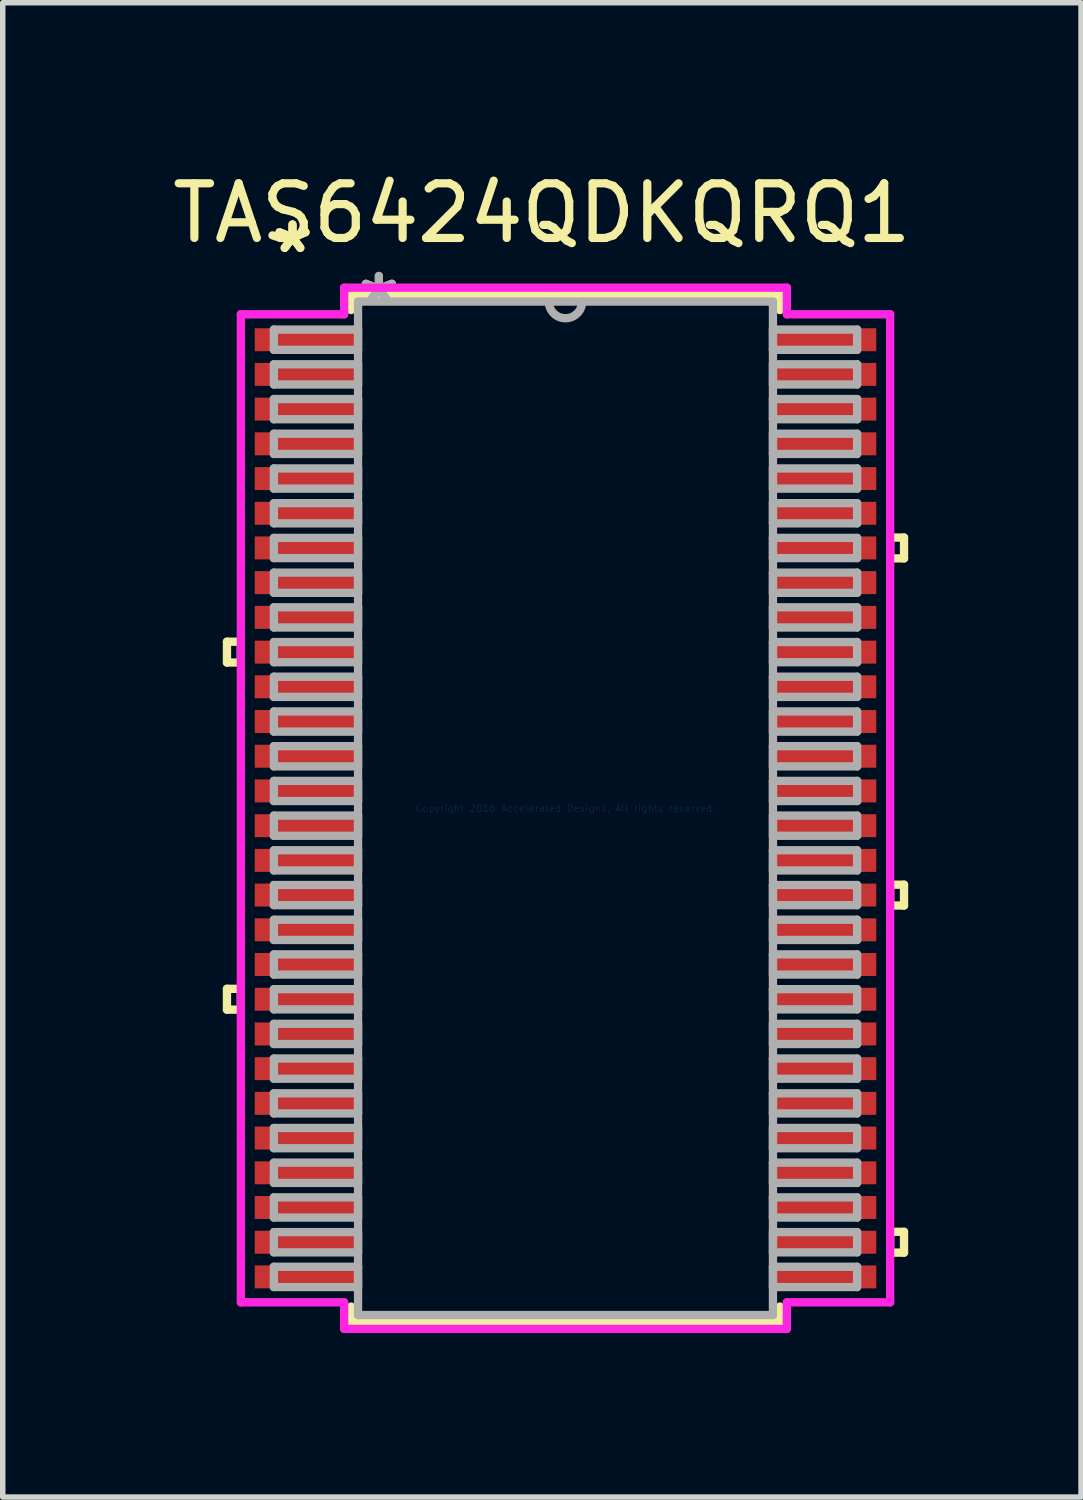
<source format=kicad_pcb>
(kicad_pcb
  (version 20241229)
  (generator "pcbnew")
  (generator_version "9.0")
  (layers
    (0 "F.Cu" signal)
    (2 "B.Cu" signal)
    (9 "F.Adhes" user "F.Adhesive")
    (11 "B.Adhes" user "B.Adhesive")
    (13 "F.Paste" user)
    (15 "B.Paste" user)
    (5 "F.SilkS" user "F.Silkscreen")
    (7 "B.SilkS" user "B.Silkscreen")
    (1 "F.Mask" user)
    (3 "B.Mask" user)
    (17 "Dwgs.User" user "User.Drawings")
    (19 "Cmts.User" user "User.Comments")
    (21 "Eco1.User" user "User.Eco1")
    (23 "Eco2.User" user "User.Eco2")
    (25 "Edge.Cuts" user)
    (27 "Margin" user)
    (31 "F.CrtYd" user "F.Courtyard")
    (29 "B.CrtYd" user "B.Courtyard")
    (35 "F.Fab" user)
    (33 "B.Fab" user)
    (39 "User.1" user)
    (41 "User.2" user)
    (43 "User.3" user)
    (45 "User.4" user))
  (footprint "TAS6424QDKQRQ1"
    (layer "F.Cu")
    (at 7.295 11.737)
    (property "Reference" "TAS6424QDKQRQ1" (at -0.432 -10.889 0) (layer "F.SilkS") (effects (font (size 1 1) (thickness 0.15))))
    (attr through_hole)
    (fp_line (start -6.193 -3.048) (end -6.193 -2.667) (stroke (width 0.152) (type solid)) (layer "F.SilkS"))
    (fp_line (start -6.193 -2.667) (end -5.939 -2.667) (stroke (width 0.152) (type solid)) (layer "F.SilkS"))
    (fp_line (start -6.193 3.302) (end -6.193 3.683) (stroke (width 0.152) (type solid)) (layer "F.SilkS"))
    (fp_line (start -6.193 3.683) (end -5.939 3.683) (stroke (width 0.152) (type solid)) (layer "F.SilkS"))
    (fp_line (start -5.939 -3.048) (end -6.193 -3.048) (stroke (width 0.152) (type solid)) (layer "F.SilkS"))
    (fp_line (start -5.939 -2.667) (end -5.939 -3.048) (stroke (width 0.152) (type solid)) (layer "F.SilkS"))
    (fp_line (start -5.939 3.302) (end -6.193 3.302) (stroke (width 0.152) (type solid)) (layer "F.SilkS"))
    (fp_line (start -5.939 3.683) (end -5.939 3.302) (stroke (width 0.152) (type solid)) (layer "F.SilkS"))
    (fp_line (start -3.922 -9.397) (end -3.922 -9.115) (stroke (width 0.152) (type solid)) (layer "F.SilkS"))
    (fp_line (start -3.922 9.115) (end -3.922 9.397) (stroke (width 0.152) (type solid)) (layer "F.SilkS"))
    (fp_line (start -3.922 9.397) (end 3.922 9.397) (stroke (width 0.152) (type solid)) (layer "F.SilkS"))
    (fp_line (start 3.922 -9.397) (end -3.922 -9.397) (stroke (width 0.152) (type solid)) (layer "F.SilkS"))
    (fp_line (start 3.922 -9.115) (end 3.922 -9.397) (stroke (width 0.152) (type solid)) (layer "F.SilkS"))
    (fp_line (start 3.922 9.397) (end 3.922 9.115) (stroke (width 0.152) (type solid)) (layer "F.SilkS"))
    (fp_line (start 5.939 -4.953) (end 6.193 -4.953) (stroke (width 0.152) (type solid)) (layer "F.SilkS"))
    (fp_line (start 5.939 -4.572) (end 5.939 -4.953) (stroke (width 0.152) (type solid)) (layer "F.SilkS"))
    (fp_line (start 5.939 1.397) (end 6.193 1.397) (stroke (width 0.152) (type solid)) (layer "F.SilkS"))
    (fp_line (start 5.939 1.778) (end 5.939 1.397) (stroke (width 0.152) (type solid)) (layer "F.SilkS"))
    (fp_line (start 5.939 7.747) (end 6.193 7.747) (stroke (width 0.152) (type solid)) (layer "F.SilkS"))
    (fp_line (start 5.939 8.128) (end 5.939 7.747) (stroke (width 0.152) (type solid)) (layer "F.SilkS"))
    (fp_line (start 6.193 -4.953) (end 6.193 -4.572) (stroke (width 0.152) (type solid)) (layer "F.SilkS"))
    (fp_line (start 6.193 -4.572) (end 5.939 -4.572) (stroke (width 0.152) (type solid)) (layer "F.SilkS"))
    (fp_line (start 6.193 1.397) (end 6.193 1.778) (stroke (width 0.152) (type solid)) (layer "F.SilkS"))
    (fp_line (start 6.193 1.778) (end 5.939 1.778) (stroke (width 0.152) (type solid)) (layer "F.SilkS"))
    (fp_line (start 6.193 7.747) (end 6.193 8.128) (stroke (width 0.152) (type solid)) (layer "F.SilkS"))
    (fp_line (start 6.193 8.128) (end 5.939 8.128) (stroke (width 0.152) (type solid)) (layer "F.SilkS"))
    (fp_line (start -5.939 -9.037) (end -4.049 -9.037) (stroke (width 0.152) (type solid)) (layer "F.CrtYd"))
    (fp_line (start -5.939 9.037) (end -5.939 -9.037) (stroke (width 0.152) (type solid)) (layer "F.CrtYd"))
    (fp_line (start -4.049 -9.524) (end 4.049 -9.524) (stroke (width 0.152) (type solid)) (layer "F.CrtYd"))
    (fp_line (start -4.049 -9.037) (end -4.049 -9.524) (stroke (width 0.152) (type solid)) (layer "F.CrtYd"))
    (fp_line (start -4.049 9.037) (end -5.939 9.037) (stroke (width 0.152) (type solid)) (layer "F.CrtYd"))
    (fp_line (start -4.049 9.524) (end -4.049 9.037) (stroke (width 0.152) (type solid)) (layer "F.CrtYd"))
    (fp_line (start 4.049 -9.524) (end 4.049 -9.037) (stroke (width 0.152) (type solid)) (layer "F.CrtYd"))
    (fp_line (start 4.049 -9.037) (end 5.939 -9.037) (stroke (width 0.152) (type solid)) (layer "F.CrtYd"))
    (fp_line (start 4.049 9.037) (end 4.049 9.524) (stroke (width 0.152) (type solid)) (layer "F.CrtYd"))
    (fp_line (start 4.049 9.524) (end -4.049 9.524) (stroke (width 0.152) (type solid)) (layer "F.CrtYd"))
    (fp_line (start 5.939 -9.037) (end 5.939 9.037) (stroke (width 0.152) (type solid)) (layer "F.CrtYd"))
    (fp_line (start 5.939 9.037) (end 4.049 9.037) (stroke (width 0.152) (type solid)) (layer "F.CrtYd"))
    (fp_line (start -5.335 -8.758) (end -5.335 -8.387) (stroke (width 0.152) (type solid)) (layer "F.Fab"))
    (fp_line (start -5.335 -8.387) (end -3.795 -8.387) (stroke (width 0.152) (type solid)) (layer "F.Fab"))
    (fp_line (start -5.335 -8.123) (end -5.335 -7.753) (stroke (width 0.152) (type solid)) (layer "F.Fab"))
    (fp_line (start -5.335 -7.753) (end -3.795 -7.753) (stroke (width 0.152) (type solid)) (layer "F.Fab"))
    (fp_line (start -5.335 -7.487) (end -5.335 -7.117) (stroke (width 0.152) (type solid)) (layer "F.Fab"))
    (fp_line (start -5.335 -7.117) (end -3.795 -7.117) (stroke (width 0.152) (type solid)) (layer "F.Fab"))
    (fp_line (start -5.335 -6.853) (end -5.335 -6.482) (stroke (width 0.152) (type solid)) (layer "F.Fab"))
    (fp_line (start -5.335 -6.482) (end -3.795 -6.482) (stroke (width 0.152) (type solid)) (layer "F.Fab"))
    (fp_line (start -5.335 -6.218) (end -5.335 -5.848) (stroke (width 0.152) (type solid)) (layer "F.Fab"))
    (fp_line (start -5.335 -5.848) (end -3.795 -5.848) (stroke (width 0.152) (type solid)) (layer "F.Fab"))
    (fp_line (start -5.335 -5.582) (end -5.335 -5.213) (stroke (width 0.152) (type solid)) (layer "F.Fab"))
    (fp_line (start -5.335 -5.213) (end -3.795 -5.213) (stroke (width 0.152) (type solid)) (layer "F.Fab"))
    (fp_line (start -5.335 -4.947) (end -5.335 -4.577) (stroke (width 0.152) (type solid)) (layer "F.Fab"))
    (fp_line (start -5.335 -4.577) (end -3.795 -4.577) (stroke (width 0.152) (type solid)) (layer "F.Fab"))
    (fp_line (start -5.335 -4.312) (end -5.335 -3.942) (stroke (width 0.152) (type solid)) (layer "F.Fab"))
    (fp_line (start -5.335 -3.942) (end -3.795 -3.942) (stroke (width 0.152) (type solid)) (layer "F.Fab"))
    (fp_line (start -5.335 -3.678) (end -5.335 -3.308) (stroke (width 0.152) (type solid)) (layer "F.Fab"))
    (fp_line (start -5.335 -3.308) (end -3.795 -3.308) (stroke (width 0.152) (type solid)) (layer "F.Fab"))
    (fp_line (start -5.335 -3.042) (end -5.335 -2.672) (stroke (width 0.152) (type solid)) (layer "F.Fab"))
    (fp_line (start -5.335 -2.672) (end -3.795 -2.672) (stroke (width 0.152) (type solid)) (layer "F.Fab"))
    (fp_line (start -5.335 -2.408) (end -5.335 -2.038) (stroke (width 0.152) (type solid)) (layer "F.Fab"))
    (fp_line (start -5.335 -2.038) (end -3.795 -2.038) (stroke (width 0.152) (type solid)) (layer "F.Fab"))
    (fp_line (start -5.335 -1.772) (end -5.335 -1.403) (stroke (width 0.152) (type solid)) (layer "F.Fab"))
    (fp_line (start -5.335 -1.403) (end -3.795 -1.403) (stroke (width 0.152) (type solid)) (layer "F.Fab"))
    (fp_line (start -5.335 -1.137) (end -5.335 -0.767) (stroke (width 0.152) (type solid)) (layer "F.Fab"))
    (fp_line (start -5.335 -0.767) (end -3.795 -0.767) (stroke (width 0.152) (type solid)) (layer "F.Fab"))
    (fp_line (start -5.335 -0.502) (end -5.335 -0.133) (stroke (width 0.152) (type solid)) (layer "F.Fab"))
    (fp_line (start -5.335 -0.133) (end -3.795 -0.133) (stroke (width 0.152) (type solid)) (layer "F.Fab"))
    (fp_line (start -5.335 0.133) (end -5.335 0.502) (stroke (width 0.152) (type solid)) (layer "F.Fab"))
    (fp_line (start -5.335 0.502) (end -3.795 0.502) (stroke (width 0.152) (type solid)) (layer "F.Fab"))
    (fp_line (start -5.335 0.767) (end -5.335 1.137) (stroke (width 0.152) (type solid)) (layer "F.Fab"))
    (fp_line (start -5.335 1.137) (end -3.795 1.137) (stroke (width 0.152) (type solid)) (layer "F.Fab"))
    (fp_line (start -5.335 1.403) (end -5.335 1.772) (stroke (width 0.152) (type solid)) (layer "F.Fab"))
    (fp_line (start -5.335 1.772) (end -3.795 1.772) (stroke (width 0.152) (type solid)) (layer "F.Fab"))
    (fp_line (start -5.335 2.038) (end -5.335 2.408) (stroke (width 0.152) (type solid)) (layer "F.Fab"))
    (fp_line (start -5.335 2.408) (end -3.795 2.408) (stroke (width 0.152) (type solid)) (layer "F.Fab"))
    (fp_line (start -5.335 2.672) (end -5.335 3.042) (stroke (width 0.152) (type solid)) (layer "F.Fab"))
    (fp_line (start -5.335 3.042) (end -3.795 3.042) (stroke (width 0.152) (type solid)) (layer "F.Fab"))
    (fp_line (start -5.335 3.308) (end -5.335 3.678) (stroke (width 0.152) (type solid)) (layer "F.Fab"))
    (fp_line (start -5.335 3.678) (end -3.795 3.678) (stroke (width 0.152) (type solid)) (layer "F.Fab"))
    (fp_line (start -5.335 3.942) (end -5.335 4.312) (stroke (width 0.152) (type solid)) (layer "F.Fab"))
    (fp_line (start -5.335 4.312) (end -3.795 4.312) (stroke (width 0.152) (type solid)) (layer "F.Fab"))
    (fp_line (start -5.335 4.577) (end -5.335 4.947) (stroke (width 0.152) (type solid)) (layer "F.Fab"))
    (fp_line (start -5.335 4.947) (end -3.795 4.947) (stroke (width 0.152) (type solid)) (layer "F.Fab"))
    (fp_line (start -5.335 5.213) (end -5.335 5.582) (stroke (width 0.152) (type solid)) (layer "F.Fab"))
    (fp_line (start -5.335 5.582) (end -3.795 5.582) (stroke (width 0.152) (type solid)) (layer "F.Fab"))
    (fp_line (start -5.335 5.848) (end -5.335 6.218) (stroke (width 0.152) (type solid)) (layer "F.Fab"))
    (fp_line (start -5.335 6.218) (end -3.795 6.218) (stroke (width 0.152) (type solid)) (layer "F.Fab"))
    (fp_line (start -5.335 6.482) (end -5.335 6.853) (stroke (width 0.152) (type solid)) (layer "F.Fab"))
    (fp_line (start -5.335 6.853) (end -3.795 6.853) (stroke (width 0.152) (type solid)) (layer "F.Fab"))
    (fp_line (start -5.335 7.117) (end -5.335 7.487) (stroke (width 0.152) (type solid)) (layer "F.Fab"))
    (fp_line (start -5.335 7.487) (end -3.795 7.487) (stroke (width 0.152) (type solid)) (layer "F.Fab"))
    (fp_line (start -5.335 7.753) (end -5.335 8.123) (stroke (width 0.152) (type solid)) (layer "F.Fab"))
    (fp_line (start -5.335 8.123) (end -3.795 8.123) (stroke (width 0.152) (type solid)) (layer "F.Fab"))
    (fp_line (start -5.335 8.387) (end -5.335 8.758) (stroke (width 0.152) (type solid)) (layer "F.Fab"))
    (fp_line (start -5.335 8.758) (end -3.795 8.758) (stroke (width 0.152) (type solid)) (layer "F.Fab"))
    (fp_line (start -3.795 -9.27) (end -3.795 9.27) (stroke (width 0.152) (type solid)) (layer "F.Fab"))
    (fp_line (start -3.795 9.27) (end 3.795 9.27) (stroke (width 0.152) (type solid)) (layer "F.Fab"))
    (fp_line (start -3.795 -8.758) (end -5.335 -8.758) (stroke (width 0.152) (type solid)) (layer "F.Fab"))
    (fp_line (start -3.795 -8.387) (end -3.795 -8.758) (stroke (width 0.152) (type solid)) (layer "F.Fab"))
    (fp_line (start -3.795 -8.123) (end -5.335 -8.123) (stroke (width 0.152) (type solid)) (layer "F.Fab"))
    (fp_line (start -3.795 -7.753) (end -3.795 -8.123) (stroke (width 0.152) (type solid)) (layer "F.Fab"))
    (fp_line (start -3.795 -7.487) (end -5.335 -7.487) (stroke (width 0.152) (type solid)) (layer "F.Fab"))
    (fp_line (start -3.795 -7.117) (end -3.795 -7.487) (stroke (width 0.152) (type solid)) (layer "F.Fab"))
    (fp_line (start -3.795 -6.853) (end -5.335 -6.853) (stroke (width 0.152) (type solid)) (layer "F.Fab"))
    (fp_line (start -3.795 -6.482) (end -3.795 -6.853) (stroke (width 0.152) (type solid)) (layer "F.Fab"))
    (fp_line (start -3.795 -6.218) (end -5.335 -6.218) (stroke (width 0.152) (type solid)) (layer "F.Fab"))
    (fp_line (start -3.795 -5.848) (end -3.795 -6.218) (stroke (width 0.152) (type solid)) (layer "F.Fab"))
    (fp_line (start -3.795 -5.582) (end -5.335 -5.582) (stroke (width 0.152) (type solid)) (layer "F.Fab"))
    (fp_line (start -3.795 -5.213) (end -3.795 -5.582) (stroke (width 0.152) (type solid)) (layer "F.Fab"))
    (fp_line (start -3.795 -4.947) (end -5.335 -4.947) (stroke (width 0.152) (type solid)) (layer "F.Fab"))
    (fp_line (start -3.795 -4.577) (end -3.795 -4.947) (stroke (width 0.152) (type solid)) (layer "F.Fab"))
    (fp_line (start -3.795 -4.312) (end -5.335 -4.312) (stroke (width 0.152) (type solid)) (layer "F.Fab"))
    (fp_line (start -3.795 -3.942) (end -3.795 -4.312) (stroke (width 0.152) (type solid)) (layer "F.Fab"))
    (fp_line (start -3.795 -3.678) (end -5.335 -3.678) (stroke (width 0.152) (type solid)) (layer "F.Fab"))
    (fp_line (start -3.795 -3.308) (end -3.795 -3.678) (stroke (width 0.152) (type solid)) (layer "F.Fab"))
    (fp_line (start -3.795 -3.042) (end -5.335 -3.042) (stroke (width 0.152) (type solid)) (layer "F.Fab"))
    (fp_line (start -3.795 -2.672) (end -3.795 -3.042) (stroke (width 0.152) (type solid)) (layer "F.Fab"))
    (fp_line (start -3.795 -2.408) (end -5.335 -2.408) (stroke (width 0.152) (type solid)) (layer "F.Fab"))
    (fp_line (start -3.795 -2.038) (end -3.795 -2.408) (stroke (width 0.152) (type solid)) (layer "F.Fab"))
    (fp_line (start -3.795 -1.772) (end -5.335 -1.772) (stroke (width 0.152) (type solid)) (layer "F.Fab"))
    (fp_line (start -3.795 -1.403) (end -3.795 -1.772) (stroke (width 0.152) (type solid)) (layer "F.Fab"))
    (fp_line (start -3.795 -1.137) (end -5.335 -1.137) (stroke (width 0.152) (type solid)) (layer "F.Fab"))
    (fp_line (start -3.795 -0.767) (end -3.795 -1.137) (stroke (width 0.152) (type solid)) (layer "F.Fab"))
    (fp_line (start -3.795 -0.502) (end -5.335 -0.502) (stroke (width 0.152) (type solid)) (layer "F.Fab"))
    (fp_line (start -3.795 -0.133) (end -3.795 -0.502) (stroke (width 0.152) (type solid)) (layer "F.Fab"))
    (fp_line (start -3.795 0.133) (end -5.335 0.133) (stroke (width 0.152) (type solid)) (layer "F.Fab"))
    (fp_line (start -3.795 0.502) (end -3.795 0.133) (stroke (width 0.152) (type solid)) (layer "F.Fab"))
    (fp_line (start -3.795 0.767) (end -5.335 0.767) (stroke (width 0.152) (type solid)) (layer "F.Fab"))
    (fp_line (start -3.795 1.137) (end -3.795 0.767) (stroke (width 0.152) (type solid)) (layer "F.Fab"))
    (fp_line (start -3.795 1.403) (end -5.335 1.403) (stroke (width 0.152) (type solid)) (layer "F.Fab"))
    (fp_line (start -3.795 1.772) (end -3.795 1.403) (stroke (width 0.152) (type solid)) (layer "F.Fab"))
    (fp_line (start -3.795 2.038) (end -5.335 2.038) (stroke (width 0.152) (type solid)) (layer "F.Fab"))
    (fp_line (start -3.795 2.408) (end -3.795 2.038) (stroke (width 0.152) (type solid)) (layer "F.Fab"))
    (fp_line (start -3.795 2.672) (end -5.335 2.672) (stroke (width 0.152) (type solid)) (layer "F.Fab"))
    (fp_line (start -3.795 3.042) (end -3.795 2.672) (stroke (width 0.152) (type solid)) (layer "F.Fab"))
    (fp_line (start -3.795 3.308) (end -5.335 3.308) (stroke (width 0.152) (type solid)) (layer "F.Fab"))
    (fp_line (start -3.795 3.678) (end -3.795 3.308) (stroke (width 0.152) (type solid)) (layer "F.Fab"))
    (fp_line (start -3.795 3.942) (end -5.335 3.942) (stroke (width 0.152) (type solid)) (layer "F.Fab"))
    (fp_line (start -3.795 4.312) (end -3.795 3.942) (stroke (width 0.152) (type solid)) (layer "F.Fab"))
    (fp_line (start -3.795 4.577) (end -5.335 4.577) (stroke (width 0.152) (type solid)) (layer "F.Fab"))
    (fp_line (start -3.795 4.947) (end -3.795 4.577) (stroke (width 0.152) (type solid)) (layer "F.Fab"))
    (fp_line (start -3.795 5.213) (end -5.335 5.213) (stroke (width 0.152) (type solid)) (layer "F.Fab"))
    (fp_line (start -3.795 5.582) (end -3.795 5.213) (stroke (width 0.152) (type solid)) (layer "F.Fab"))
    (fp_line (start -3.795 5.848) (end -5.335 5.848) (stroke (width 0.152) (type solid)) (layer "F.Fab"))
    (fp_line (start -3.795 6.218) (end -3.795 5.848) (stroke (width 0.152) (type solid)) (layer "F.Fab"))
    (fp_line (start -3.795 6.482) (end -5.335 6.482) (stroke (width 0.152) (type solid)) (layer "F.Fab"))
    (fp_line (start -3.795 6.853) (end -3.795 6.482) (stroke (width 0.152) (type solid)) (layer "F.Fab"))
    (fp_line (start -3.795 7.117) (end -5.335 7.117) (stroke (width 0.152) (type solid)) (layer "F.Fab"))
    (fp_line (start -3.795 7.487) (end -3.795 7.117) (stroke (width 0.152) (type solid)) (layer "F.Fab"))
    (fp_line (start -3.795 7.753) (end -5.335 7.753) (stroke (width 0.152) (type solid)) (layer "F.Fab"))
    (fp_line (start -3.795 8.123) (end -3.795 7.753) (stroke (width 0.152) (type solid)) (layer "F.Fab"))
    (fp_line (start -3.795 8.387) (end -5.335 8.387) (stroke (width 0.152) (type solid)) (layer "F.Fab"))
    (fp_line (start -3.795 8.758) (end -3.795 8.387) (stroke (width 0.152) (type solid)) (layer "F.Fab"))
    (fp_line (start 3.795 -8.758) (end 3.795 -8.387) (stroke (width 0.152) (type solid)) (layer "F.Fab"))
    (fp_line (start 3.795 -8.387) (end 5.335 -8.387) (stroke (width 0.152) (type solid)) (layer "F.Fab"))
    (fp_line (start 3.795 -8.123) (end 3.795 -7.753) (stroke (width 0.152) (type solid)) (layer "F.Fab"))
    (fp_line (start 3.795 -7.753) (end 5.335 -7.753) (stroke (width 0.152) (type solid)) (layer "F.Fab"))
    (fp_line (start 3.795 -7.487) (end 3.795 -7.117) (stroke (width 0.152) (type solid)) (layer "F.Fab"))
    (fp_line (start 3.795 -7.117) (end 5.335 -7.117) (stroke (width 0.152) (type solid)) (layer "F.Fab"))
    (fp_line (start 3.795 -6.853) (end 3.795 -6.482) (stroke (width 0.152) (type solid)) (layer "F.Fab"))
    (fp_line (start 3.795 -6.482) (end 5.335 -6.482) (stroke (width 0.152) (type solid)) (layer "F.Fab"))
    (fp_line (start 3.795 -6.218) (end 3.795 -5.848) (stroke (width 0.152) (type solid)) (layer "F.Fab"))
    (fp_line (start 3.795 -5.848) (end 5.335 -5.848) (stroke (width 0.152) (type solid)) (layer "F.Fab"))
    (fp_line (start 3.795 -5.582) (end 3.795 -5.213) (stroke (width 0.152) (type solid)) (layer "F.Fab"))
    (fp_line (start 3.795 -5.213) (end 5.335 -5.213) (stroke (width 0.152) (type solid)) (layer "F.Fab"))
    (fp_line (start 3.795 -4.947) (end 3.795 -4.577) (stroke (width 0.152) (type solid)) (layer "F.Fab"))
    (fp_line (start 3.795 -4.577) (end 5.335 -4.577) (stroke (width 0.152) (type solid)) (layer "F.Fab"))
    (fp_line (start 3.795 -4.312) (end 3.795 -3.942) (stroke (width 0.152) (type solid)) (layer "F.Fab"))
    (fp_line (start 3.795 -3.942) (end 5.335 -3.942) (stroke (width 0.152) (type solid)) (layer "F.Fab"))
    (fp_line (start 3.795 -3.678) (end 3.795 -3.308) (stroke (width 0.152) (type solid)) (layer "F.Fab"))
    (fp_line (start 3.795 -3.308) (end 5.335 -3.308) (stroke (width 0.152) (type solid)) (layer "F.Fab"))
    (fp_line (start 3.795 -3.042) (end 3.795 -2.672) (stroke (width 0.152) (type solid)) (layer "F.Fab"))
    (fp_line (start 3.795 -2.672) (end 5.335 -2.672) (stroke (width 0.152) (type solid)) (layer "F.Fab"))
    (fp_line (start 3.795 -2.408) (end 3.795 -2.038) (stroke (width 0.152) (type solid)) (layer "F.Fab"))
    (fp_line (start 3.795 -2.038) (end 5.335 -2.038) (stroke (width 0.152) (type solid)) (layer "F.Fab"))
    (fp_line (start 3.795 -1.772) (end 3.795 -1.403) (stroke (width 0.152) (type solid)) (layer "F.Fab"))
    (fp_line (start 3.795 -1.403) (end 5.335 -1.403) (stroke (width 0.152) (type solid)) (layer "F.Fab"))
    (fp_line (start 3.795 -1.137) (end 3.795 -0.767) (stroke (width 0.152) (type solid)) (layer "F.Fab"))
    (fp_line (start 3.795 -0.767) (end 5.335 -0.767) (stroke (width 0.152) (type solid)) (layer "F.Fab"))
    (fp_line (start 3.795 -0.502) (end 3.795 -0.133) (stroke (width 0.152) (type solid)) (layer "F.Fab"))
    (fp_line (start 3.795 -0.133) (end 5.335 -0.133) (stroke (width 0.152) (type solid)) (layer "F.Fab"))
    (fp_line (start 3.795 0.133) (end 3.795 0.502) (stroke (width 0.152) (type solid)) (layer "F.Fab"))
    (fp_line (start 3.795 0.502) (end 5.335 0.502) (stroke (width 0.152) (type solid)) (layer "F.Fab"))
    (fp_line (start 3.795 0.767) (end 3.795 1.137) (stroke (width 0.152) (type solid)) (layer "F.Fab"))
    (fp_line (start 3.795 1.137) (end 5.335 1.137) (stroke (width 0.152) (type solid)) (layer "F.Fab"))
    (fp_line (start 3.795 1.403) (end 3.795 1.772) (stroke (width 0.152) (type solid)) (layer "F.Fab"))
    (fp_line (start 3.795 1.772) (end 5.335 1.772) (stroke (width 0.152) (type solid)) (layer "F.Fab"))
    (fp_line (start 3.795 2.038) (end 3.795 2.408) (stroke (width 0.152) (type solid)) (layer "F.Fab"))
    (fp_line (start 3.795 2.408) (end 5.335 2.408) (stroke (width 0.152) (type solid)) (layer "F.Fab"))
    (fp_line (start 3.795 2.672) (end 3.795 3.042) (stroke (width 0.152) (type solid)) (layer "F.Fab"))
    (fp_line (start 3.795 3.042) (end 5.335 3.042) (stroke (width 0.152) (type solid)) (layer "F.Fab"))
    (fp_line (start 3.795 3.308) (end 3.795 3.678) (stroke (width 0.152) (type solid)) (layer "F.Fab"))
    (fp_line (start 3.795 3.678) (end 5.335 3.678) (stroke (width 0.152) (type solid)) (layer "F.Fab"))
    (fp_line (start 3.795 3.942) (end 3.795 4.312) (stroke (width 0.152) (type solid)) (layer "F.Fab"))
    (fp_line (start 3.795 4.312) (end 5.335 4.312) (stroke (width 0.152) (type solid)) (layer "F.Fab"))
    (fp_line (start 3.795 4.577) (end 3.795 4.947) (stroke (width 0.152) (type solid)) (layer "F.Fab"))
    (fp_line (start 3.795 4.947) (end 5.335 4.947) (stroke (width 0.152) (type solid)) (layer "F.Fab"))
    (fp_line (start 3.795 5.213) (end 3.795 5.582) (stroke (width 0.152) (type solid)) (layer "F.Fab"))
    (fp_line (start 3.795 5.582) (end 5.335 5.582) (stroke (width 0.152) (type solid)) (layer "F.Fab"))
    (fp_line (start 3.795 5.848) (end 3.795 6.218) (stroke (width 0.152) (type solid)) (layer "F.Fab"))
    (fp_line (start 3.795 6.218) (end 5.335 6.218) (stroke (width 0.152) (type solid)) (layer "F.Fab"))
    (fp_line (start 3.795 6.482) (end 3.795 6.853) (stroke (width 0.152) (type solid)) (layer "F.Fab"))
    (fp_line (start 3.795 6.853) (end 5.335 6.853) (stroke (width 0.152) (type solid)) (layer "F.Fab"))
    (fp_line (start 3.795 7.117) (end 3.795 7.487) (stroke (width 0.152) (type solid)) (layer "F.Fab"))
    (fp_line (start 3.795 7.487) (end 5.335 7.487) (stroke (width 0.152) (type solid)) (layer "F.Fab"))
    (fp_line (start 3.795 7.753) (end 3.795 8.123) (stroke (width 0.152) (type solid)) (layer "F.Fab"))
    (fp_line (start 3.795 8.123) (end 5.335 8.123) (stroke (width 0.152) (type solid)) (layer "F.Fab"))
    (fp_line (start 3.795 8.387) (end 3.795 8.758) (stroke (width 0.152) (type solid)) (layer "F.Fab"))
    (fp_line (start 3.795 8.758) (end 5.335 8.758) (stroke (width 0.152) (type solid)) (layer "F.Fab"))
    (fp_line (start 3.795 -9.27) (end -3.795 -9.27) (stroke (width 0.152) (type solid)) (layer "F.Fab"))
    (fp_line (start 3.795 9.27) (end 3.795 -9.27) (stroke (width 0.152) (type solid)) (layer "F.Fab"))
    (fp_line (start 5.335 -8.758) (end 3.795 -8.758) (stroke (width 0.152) (type solid)) (layer "F.Fab"))
    (fp_line (start 5.335 -8.387) (end 5.335 -8.758) (stroke (width 0.152) (type solid)) (layer "F.Fab"))
    (fp_line (start 5.335 -8.123) (end 3.795 -8.123) (stroke (width 0.152) (type solid)) (layer "F.Fab"))
    (fp_line (start 5.335 -7.753) (end 5.335 -8.123) (stroke (width 0.152) (type solid)) (layer "F.Fab"))
    (fp_line (start 5.335 -7.487) (end 3.795 -7.487) (stroke (width 0.152) (type solid)) (layer "F.Fab"))
    (fp_line (start 5.335 -7.117) (end 5.335 -7.487) (stroke (width 0.152) (type solid)) (layer "F.Fab"))
    (fp_line (start 5.335 -6.853) (end 3.795 -6.853) (stroke (width 0.152) (type solid)) (layer "F.Fab"))
    (fp_line (start 5.335 -6.482) (end 5.335 -6.853) (stroke (width 0.152) (type solid)) (layer "F.Fab"))
    (fp_line (start 5.335 -6.218) (end 3.795 -6.218) (stroke (width 0.152) (type solid)) (layer "F.Fab"))
    (fp_line (start 5.335 -5.848) (end 5.335 -6.218) (stroke (width 0.152) (type solid)) (layer "F.Fab"))
    (fp_line (start 5.335 -5.582) (end 3.795 -5.582) (stroke (width 0.152) (type solid)) (layer "F.Fab"))
    (fp_line (start 5.335 -5.213) (end 5.335 -5.582) (stroke (width 0.152) (type solid)) (layer "F.Fab"))
    (fp_line (start 5.335 -4.947) (end 3.795 -4.947) (stroke (width 0.152) (type solid)) (layer "F.Fab"))
    (fp_line (start 5.335 -4.577) (end 5.335 -4.947) (stroke (width 0.152) (type solid)) (layer "F.Fab"))
    (fp_line (start 5.335 -4.312) (end 3.795 -4.312) (stroke (width 0.152) (type solid)) (layer "F.Fab"))
    (fp_line (start 5.335 -3.942) (end 5.335 -4.312) (stroke (width 0.152) (type solid)) (layer "F.Fab"))
    (fp_line (start 5.335 -3.678) (end 3.795 -3.678) (stroke (width 0.152) (type solid)) (layer "F.Fab"))
    (fp_line (start 5.335 -3.308) (end 5.335 -3.678) (stroke (width 0.152) (type solid)) (layer "F.Fab"))
    (fp_line (start 5.335 -3.042) (end 3.795 -3.042) (stroke (width 0.152) (type solid)) (layer "F.Fab"))
    (fp_line (start 5.335 -2.672) (end 5.335 -3.042) (stroke (width 0.152) (type solid)) (layer "F.Fab"))
    (fp_line (start 5.335 -2.408) (end 3.795 -2.408) (stroke (width 0.152) (type solid)) (layer "F.Fab"))
    (fp_line (start 5.335 -2.038) (end 5.335 -2.408) (stroke (width 0.152) (type solid)) (layer "F.Fab"))
    (fp_line (start 5.335 -1.772) (end 3.795 -1.772) (stroke (width 0.152) (type solid)) (layer "F.Fab"))
    (fp_line (start 5.335 -1.403) (end 5.335 -1.772) (stroke (width 0.152) (type solid)) (layer "F.Fab"))
    (fp_line (start 5.335 -1.137) (end 3.795 -1.137) (stroke (width 0.152) (type solid)) (layer "F.Fab"))
    (fp_line (start 5.335 -0.767) (end 5.335 -1.137) (stroke (width 0.152) (type solid)) (layer "F.Fab"))
    (fp_line (start 5.335 -0.502) (end 3.795 -0.502) (stroke (width 0.152) (type solid)) (layer "F.Fab"))
    (fp_line (start 5.335 -0.133) (end 5.335 -0.502) (stroke (width 0.152) (type solid)) (layer "F.Fab"))
    (fp_line (start 5.335 0.133) (end 3.795 0.133) (stroke (width 0.152) (type solid)) (layer "F.Fab"))
    (fp_line (start 5.335 0.502) (end 5.335 0.133) (stroke (width 0.152) (type solid)) (layer "F.Fab"))
    (fp_line (start 5.335 0.767) (end 3.795 0.767) (stroke (width 0.152) (type solid)) (layer "F.Fab"))
    (fp_line (start 5.335 1.137) (end 5.335 0.767) (stroke (width 0.152) (type solid)) (layer "F.Fab"))
    (fp_line (start 5.335 1.403) (end 3.795 1.403) (stroke (width 0.152) (type solid)) (layer "F.Fab"))
    (fp_line (start 5.335 1.772) (end 5.335 1.403) (stroke (width 0.152) (type solid)) (layer "F.Fab"))
    (fp_line (start 5.335 2.038) (end 3.795 2.038) (stroke (width 0.152) (type solid)) (layer "F.Fab"))
    (fp_line (start 5.335 2.408) (end 5.335 2.038) (stroke (width 0.152) (type solid)) (layer "F.Fab"))
    (fp_line (start 5.335 2.672) (end 3.795 2.672) (stroke (width 0.152) (type solid)) (layer "F.Fab"))
    (fp_line (start 5.335 3.042) (end 5.335 2.672) (stroke (width 0.152) (type solid)) (layer "F.Fab"))
    (fp_line (start 5.335 3.308) (end 3.795 3.308) (stroke (width 0.152) (type solid)) (layer "F.Fab"))
    (fp_line (start 5.335 3.678) (end 5.335 3.308) (stroke (width 0.152) (type solid)) (layer "F.Fab"))
    (fp_line (start 5.335 3.942) (end 3.795 3.942) (stroke (width 0.152) (type solid)) (layer "F.Fab"))
    (fp_line (start 5.335 4.312) (end 5.335 3.942) (stroke (width 0.152) (type solid)) (layer "F.Fab"))
    (fp_line (start 5.335 4.577) (end 3.795 4.577) (stroke (width 0.152) (type solid)) (layer "F.Fab"))
    (fp_line (start 5.335 4.947) (end 5.335 4.577) (stroke (width 0.152) (type solid)) (layer "F.Fab"))
    (fp_line (start 5.335 5.213) (end 3.795 5.213) (stroke (width 0.152) (type solid)) (layer "F.Fab"))
    (fp_line (start 5.335 5.582) (end 5.335 5.213) (stroke (width 0.152) (type solid)) (layer "F.Fab"))
    (fp_line (start 5.335 5.848) (end 3.795 5.848) (stroke (width 0.152) (type solid)) (layer "F.Fab"))
    (fp_line (start 5.335 6.218) (end 5.335 5.848) (stroke (width 0.152) (type solid)) (layer "F.Fab"))
    (fp_line (start 5.335 6.482) (end 3.795 6.482) (stroke (width 0.152) (type solid)) (layer "F.Fab"))
    (fp_line (start 5.335 6.853) (end 5.335 6.482) (stroke (width 0.152) (type solid)) (layer "F.Fab"))
    (fp_line (start 5.335 7.117) (end 3.795 7.117) (stroke (width 0.152) (type solid)) (layer "F.Fab"))
    (fp_line (start 5.335 7.487) (end 5.335 7.117) (stroke (width 0.152) (type solid)) (layer "F.Fab"))
    (fp_line (start 5.335 7.753) (end 3.795 7.753) (stroke (width 0.152) (type solid)) (layer "F.Fab"))
    (fp_line (start 5.335 8.123) (end 5.335 7.753) (stroke (width 0.152) (type solid)) (layer "F.Fab"))
    (fp_line (start 5.335 8.387) (end 3.795 8.387) (stroke (width 0.152) (type solid)) (layer "F.Fab"))
    (fp_line (start 5.335 8.758) (end 5.335 8.387) (stroke (width 0.152) (type solid)) (layer "F.Fab"))
    (fp_arc (start 0.3048 -9.270002) (mid 0 -8.965202) (end -0.3048 -9.270002) (stroke (width 0.1524) (type solid)) (layer "F.Fab"))
    (fp_text user "*" (at -4.994 -10.136 0) (layer "F.SilkS") (effects (font (size 1 1) (thickness 0.15))))
    (fp_text user "*" (at -4.994 -10.136 0) (layer "F.SilkS") (effects (font (size 1 1) (thickness 0.15))))
    (fp_text user "Copyright 2016 Accelerated Designs. All rights reserved." (at 0 0 0) (layer "Cmts.User") (effects (font (size 0.127 0.127) (thickness 0.002))))
    (fp_text user "*" (at -3.414 -9.194 0) (layer "F.Fab") (effects (font (size 1 1) (thickness 0.15))))
    (fp_text user "*" (at -3.414 -9.194 0) (layer "F.Fab") (effects (font (size 1 1) (thickness 0.15))))
    (pad "1" smd rect (at -4.74 -8.572) (size 1.89 0.42) (layers "F.Cu" "F.Mask" "F.Paste"))
    (pad "2" smd rect (at -4.74 -7.938) (size 1.89 0.42) (layers "F.Cu" "F.Mask" "F.Paste"))
    (pad "3" smd rect (at -4.74 -7.303) (size 1.89 0.42) (layers "F.Cu" "F.Mask" "F.Paste"))
    (pad "4" smd rect (at -4.74 -6.668) (size 1.89 0.42) (layers "F.Cu" "F.Mask" "F.Paste"))
    (pad "5" smd rect (at -4.74 -6.032) (size 1.89 0.42) (layers "F.Cu" "F.Mask" "F.Paste"))
    (pad "6" smd rect (at -4.74 -5.397) (size 1.89 0.42) (layers "F.Cu" "F.Mask" "F.Paste"))
    (pad "7" smd rect (at -4.74 -4.763) (size 1.89 0.42) (layers "F.Cu" "F.Mask" "F.Paste"))
    (pad "8" smd rect (at -4.74 -4.128) (size 1.89 0.42) (layers "F.Cu" "F.Mask" "F.Paste"))
    (pad "9" smd rect (at -4.74 -3.493) (size 1.89 0.42) (layers "F.Cu" "F.Mask" "F.Paste"))
    (pad "10" smd rect (at -4.74 -2.857) (size 1.89 0.42) (layers "F.Cu" "F.Mask" "F.Paste"))
    (pad "11" smd rect (at -4.74 -2.223) (size 1.89 0.42) (layers "F.Cu" "F.Mask" "F.Paste"))
    (pad "12" smd rect (at -4.74 -1.587) (size 1.89 0.42) (layers "F.Cu" "F.Mask" "F.Paste"))
    (pad "13" smd rect (at -4.74 -0.953) (size 1.89 0.42) (layers "F.Cu" "F.Mask" "F.Paste"))
    (pad "14" smd rect (at -4.74 -0.318) (size 1.89 0.42) (layers "F.Cu" "F.Mask" "F.Paste"))
    (pad "15" smd rect (at -4.74 0.318) (size 1.89 0.42) (layers "F.Cu" "F.Mask" "F.Paste"))
    (pad "16" smd rect (at -4.74 0.953) (size 1.89 0.42) (layers "F.Cu" "F.Mask" "F.Paste"))
    (pad "17" smd rect (at -4.74 1.587) (size 1.89 0.42) (layers "F.Cu" "F.Mask" "F.Paste"))
    (pad "18" smd rect (at -4.74 2.223) (size 1.89 0.42) (layers "F.Cu" "F.Mask" "F.Paste"))
    (pad "19" smd rect (at -4.74 2.857) (size 1.89 0.42) (layers "F.Cu" "F.Mask" "F.Paste"))
    (pad "20" smd rect (at -4.74 3.493) (size 1.89 0.42) (layers "F.Cu" "F.Mask" "F.Paste"))
    (pad "21" smd rect (at -4.74 4.128) (size 1.89 0.42) (layers "F.Cu" "F.Mask" "F.Paste"))
    (pad "22" smd rect (at -4.74 4.763) (size 1.89 0.42) (layers "F.Cu" "F.Mask" "F.Paste"))
    (pad "23" smd rect (at -4.74 5.397) (size 1.89 0.42) (layers "F.Cu" "F.Mask" "F.Paste"))
    (pad "24" smd rect (at -4.74 6.032) (size 1.89 0.42) (layers "F.Cu" "F.Mask" "F.Paste"))
    (pad "25" smd rect (at -4.74 6.668) (size 1.89 0.42) (layers "F.Cu" "F.Mask" "F.Paste"))
    (pad "26" smd rect (at -4.74 7.303) (size 1.89 0.42) (layers "F.Cu" "F.Mask" "F.Paste"))
    (pad "27" smd rect (at -4.74 7.938) (size 1.89 0.42) (layers "F.Cu" "F.Mask" "F.Paste"))
    (pad "28" smd rect (at -4.74 8.572) (size 1.89 0.42) (layers "F.Cu" "F.Mask" "F.Paste"))
    (pad "29" smd rect (at 4.74 8.572) (size 1.89 0.42) (layers "F.Cu" "F.Mask" "F.Paste"))
    (pad "30" smd rect (at 4.74 7.938) (size 1.89 0.42) (layers "F.Cu" "F.Mask" "F.Paste"))
    (pad "31" smd rect (at 4.74 7.303) (size 1.89 0.42) (layers "F.Cu" "F.Mask" "F.Paste"))
    (pad "32" smd rect (at 4.74 6.668) (size 1.89 0.42) (layers "F.Cu" "F.Mask" "F.Paste"))
    (pad "33" smd rect (at 4.74 6.032) (size 1.89 0.42) (layers "F.Cu" "F.Mask" "F.Paste"))
    (pad "34" smd rect (at 4.74 5.397) (size 1.89 0.42) (layers "F.Cu" "F.Mask" "F.Paste"))
    (pad "35" smd rect (at 4.74 4.763) (size 1.89 0.42) (layers "F.Cu" "F.Mask" "F.Paste"))
    (pad "36" smd rect (at 4.74 4.128) (size 1.89 0.42) (layers "F.Cu" "F.Mask" "F.Paste"))
    (pad "37" smd rect (at 4.74 3.493) (size 1.89 0.42) (layers "F.Cu" "F.Mask" "F.Paste"))
    (pad "38" smd rect (at 4.74 2.857) (size 1.89 0.42) (layers "F.Cu" "F.Mask" "F.Paste"))
    (pad "39" smd rect (at 4.74 2.223) (size 1.89 0.42) (layers "F.Cu" "F.Mask" "F.Paste"))
    (pad "40" smd rect (at 4.74 1.587) (size 1.89 0.42) (layers "F.Cu" "F.Mask" "F.Paste"))
    (pad "41" smd rect (at 4.74 0.953) (size 1.89 0.42) (layers "F.Cu" "F.Mask" "F.Paste"))
    (pad "42" smd rect (at 4.74 0.318) (size 1.89 0.42) (layers "F.Cu" "F.Mask" "F.Paste"))
    (pad "43" smd rect (at 4.74 -0.318) (size 1.89 0.42) (layers "F.Cu" "F.Mask" "F.Paste"))
    (pad "44" smd rect (at 4.74 -0.953) (size 1.89 0.42) (layers "F.Cu" "F.Mask" "F.Paste"))
    (pad "45" smd rect (at 4.74 -1.587) (size 1.89 0.42) (layers "F.Cu" "F.Mask" "F.Paste"))
    (pad "46" smd rect (at 4.74 -2.223) (size 1.89 0.42) (layers "F.Cu" "F.Mask" "F.Paste"))
    (pad "47" smd rect (at 4.74 -2.857) (size 1.89 0.42) (layers "F.Cu" "F.Mask" "F.Paste"))
    (pad "48" smd rect (at 4.74 -3.493) (size 1.89 0.42) (layers "F.Cu" "F.Mask" "F.Paste"))
    (pad "49" smd rect (at 4.74 -4.128) (size 1.89 0.42) (layers "F.Cu" "F.Mask" "F.Paste"))
    (pad "50" smd rect (at 4.74 -4.763) (size 1.89 0.42) (layers "F.Cu" "F.Mask" "F.Paste"))
    (pad "51" smd rect (at 4.74 -5.397) (size 1.89 0.42) (layers "F.Cu" "F.Mask" "F.Paste"))
    (pad "52" smd rect (at 4.74 -6.032) (size 1.89 0.42) (layers "F.Cu" "F.Mask" "F.Paste"))
    (pad "53" smd rect (at 4.74 -6.668) (size 1.89 0.42) (layers "F.Cu" "F.Mask" "F.Paste"))
    (pad "54" smd rect (at 4.74 -7.303) (size 1.89 0.42) (layers "F.Cu" "F.Mask" "F.Paste"))
    (pad "55" smd rect (at 4.74 -7.938) (size 1.89 0.42) (layers "F.Cu" "F.Mask" "F.Paste"))
    (pad "56" smd rect (at 4.74 -8.572) (size 1.89 0.42) (layers "F.Cu" "F.Mask" "F.Paste")))
  (gr_rect
    (start -3 -3)
    (end 16.726 24.337)
    (stroke (width 0.1) (type default))
    (fill no)
    (layer "Edge.Cuts")))
</source>
